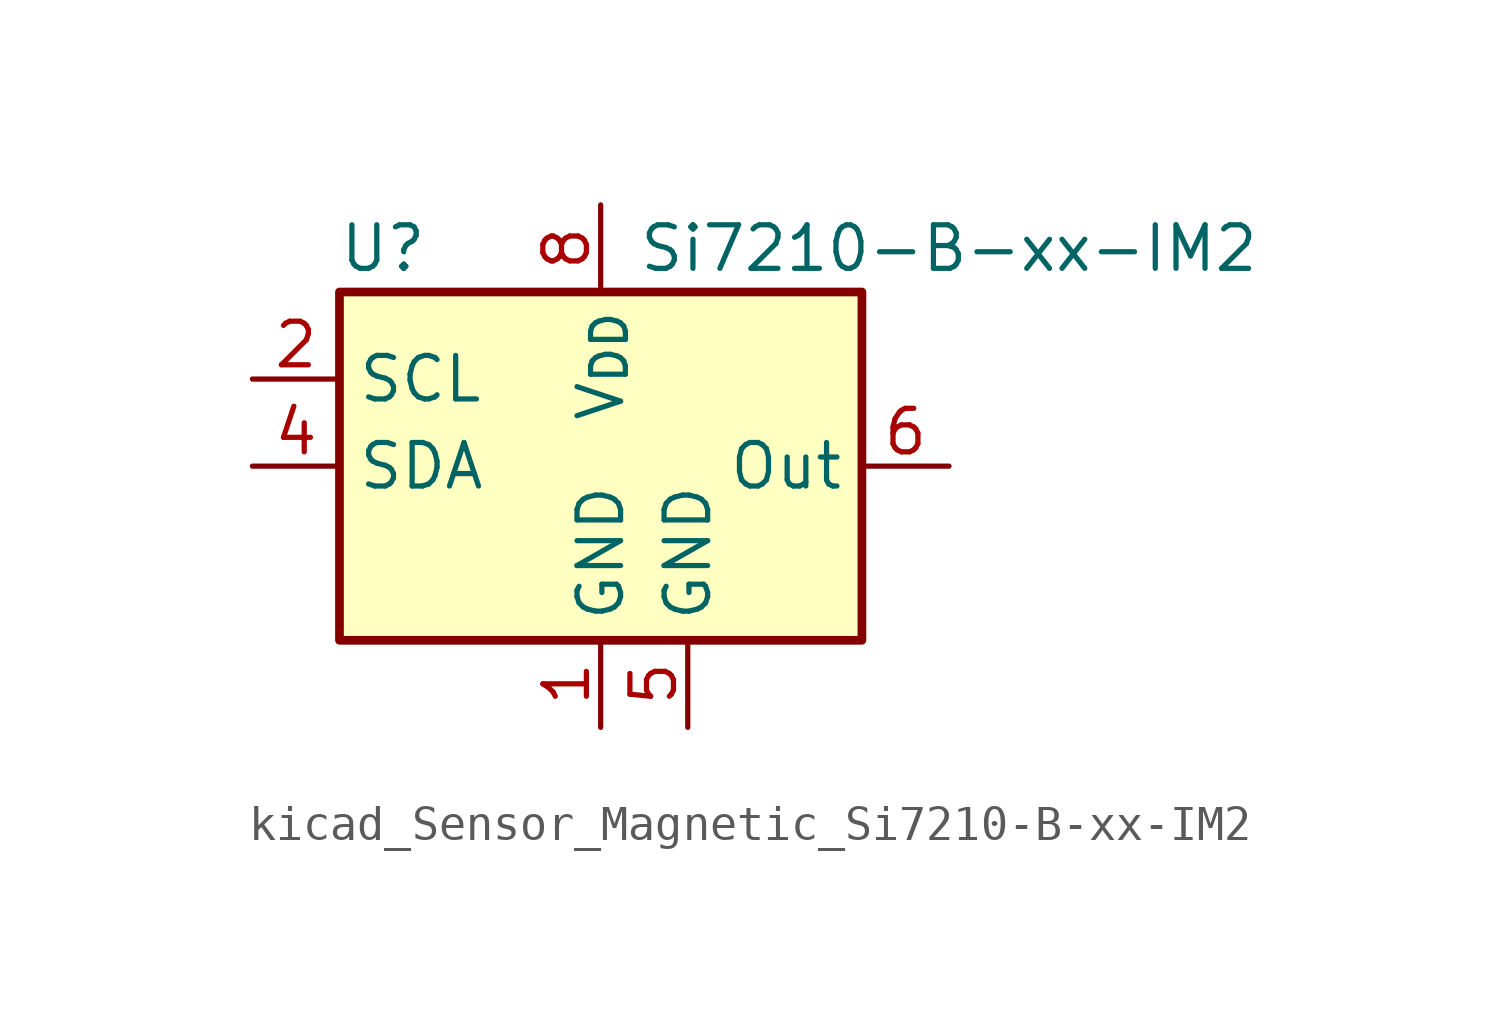
<source format=kicad_sym>
(kicad_symbol_lib
  (version 20220914)
  (generator kicad_symbol_editor)
  (symbol "kicad_Sensor_Magnetic_Si7210-B-xx-IM2"
    (property "Reference" "U"
      (at -6.35 6.35 0)
      (effects (font (size 1.27 1.27))))
    (property "Value" "Si7210-B-xx-IM2"
      (at 10.16 6.35 0)
      (effects (font (size 1.27 1.27))))
    (symbol "kicad_Sensor_Magnetic_Si7210-B-xx-IM2_0_1"
      (rectangle (start -7.62 5.08) (end 7.62 -5.08) (stroke (width 0.254) (type default)) (fill (type background))))
    (symbol "kicad_Sensor_Magnetic_Si7210-B-xx-IM2_1_1"
      (pin power_in line (at 0 -7.62 90) (length 2.54) (name "GND" (effects (font (size 1.27 1.27)))) (number "1" (effects (font (size 1.27 1.27)))))
      (pin input line (at -10.16 2.54 0) (length 2.54) (name "SCL" (effects (font (size 1.27 1.27)))) (number "2" (effects (font (size 1.27 1.27)))))
      (pin bidirectional line (at -10.16 0 0) (length 2.54) (name "SDA" (effects (font (size 1.27 1.27)))) (number "4" (effects (font (size 1.27 1.27)))))
      (pin power_in line (at 2.54 -7.62 90) (length 2.54) (name "GND" (effects (font (size 1.27 1.27)))) (number "5" (effects (font (size 1.27 1.27)))))
      (pin bidirectional line (at 10.16 0 180) (length 2.54) (name "Out" (effects (font (size 1.27 1.27)))) (number "6" (effects (font (size 1.27 1.27)))))
      (pin power_in line (at 0 7.62 270) (length 2.54) (name "V_{DD}" (effects (font (size 1.27 1.27)))) (number "8" (effects (font (size 1.27 1.27))))))))
</source>
